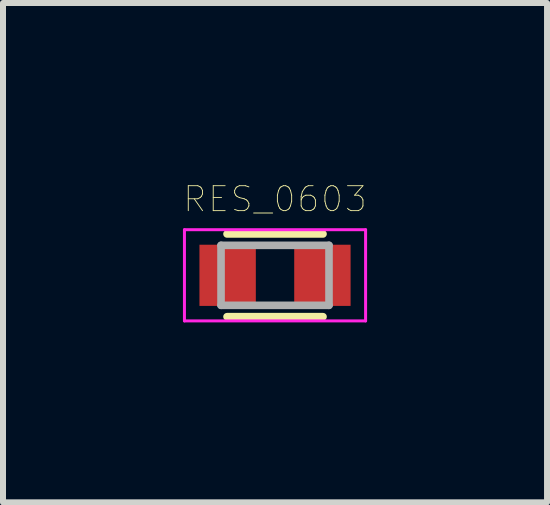
<source format=kicad_pcb>
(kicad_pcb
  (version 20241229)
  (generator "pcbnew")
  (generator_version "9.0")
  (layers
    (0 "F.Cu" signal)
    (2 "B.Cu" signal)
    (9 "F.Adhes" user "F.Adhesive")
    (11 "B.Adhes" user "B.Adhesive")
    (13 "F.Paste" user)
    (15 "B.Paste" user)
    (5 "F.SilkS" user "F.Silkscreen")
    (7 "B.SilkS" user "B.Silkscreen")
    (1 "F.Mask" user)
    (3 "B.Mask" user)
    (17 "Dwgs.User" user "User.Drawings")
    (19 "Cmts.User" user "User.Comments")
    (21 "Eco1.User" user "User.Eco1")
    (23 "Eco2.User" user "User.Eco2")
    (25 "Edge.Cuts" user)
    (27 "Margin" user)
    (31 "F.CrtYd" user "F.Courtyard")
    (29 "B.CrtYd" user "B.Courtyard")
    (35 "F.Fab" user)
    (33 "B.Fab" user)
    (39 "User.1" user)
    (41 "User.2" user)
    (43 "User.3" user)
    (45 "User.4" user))
  (footprint "RES_0603"
    (layer "F.Cu")
    (at 1.535 1.54)
    (property "Reference" "RES_0603" (at 0 -1.27 0) (layer "F.SilkS") (effects (font (size 0.416 0.416) (thickness 0.015))))
    (attr through_hole)
    (fp_line (start -0.8 -0.69) (end 0.8 -0.69) (stroke (width 0.127) (type solid)) (layer "F.SilkS"))
    (fp_line (start -0.8 0.69) (end 0.8 0.69) (stroke (width 0.127) (type solid)) (layer "F.SilkS"))
    (fp_line (start -1.51 -0.76) (end 1.51 -0.76) (stroke (width 0.05) (type solid)) (layer "F.CrtYd"))
    (fp_line (start -1.51 0.76) (end -1.51 -0.76) (stroke (width 0.05) (type solid)) (layer "F.CrtYd"))
    (fp_line (start 1.51 -0.76) (end 1.51 0.76) (stroke (width 0.05) (type solid)) (layer "F.CrtYd"))
    (fp_line (start 1.51 0.76) (end -1.51 0.76) (stroke (width 0.05) (type solid)) (layer "F.CrtYd"))
    (fp_line (start -0.9 -0.5) (end -0.9 0.5) (stroke (width 0.127) (type solid)) (layer "F.Fab"))
    (fp_line (start -0.9 -0.5) (end 0.9 -0.5) (stroke (width 0.127) (type solid)) (layer "F.Fab"))
    (fp_line (start -0.9 0.5) (end 0.9 0.5) (stroke (width 0.127) (type solid)) (layer "F.Fab"))
    (fp_line (start 0.9 -0.5) (end 0.9 0.5) (stroke (width 0.127) (type solid)) (layer "F.Fab"))
    (pad "1" smd rect (at -0.79 0) (size 0.94 1.02) (layers "F.Cu" "F.Mask" "F.Paste"))
    (pad "2" smd rect (at 0.79 0) (size 0.94 1.02) (layers "F.Cu" "F.Mask" "F.Paste")))
  (gr_rect
    (start -3 -3)
    (end 6.07 5.325)
    (stroke (width 0.1) (type default))
    (fill no)
    (layer "Edge.Cuts")))
</source>
